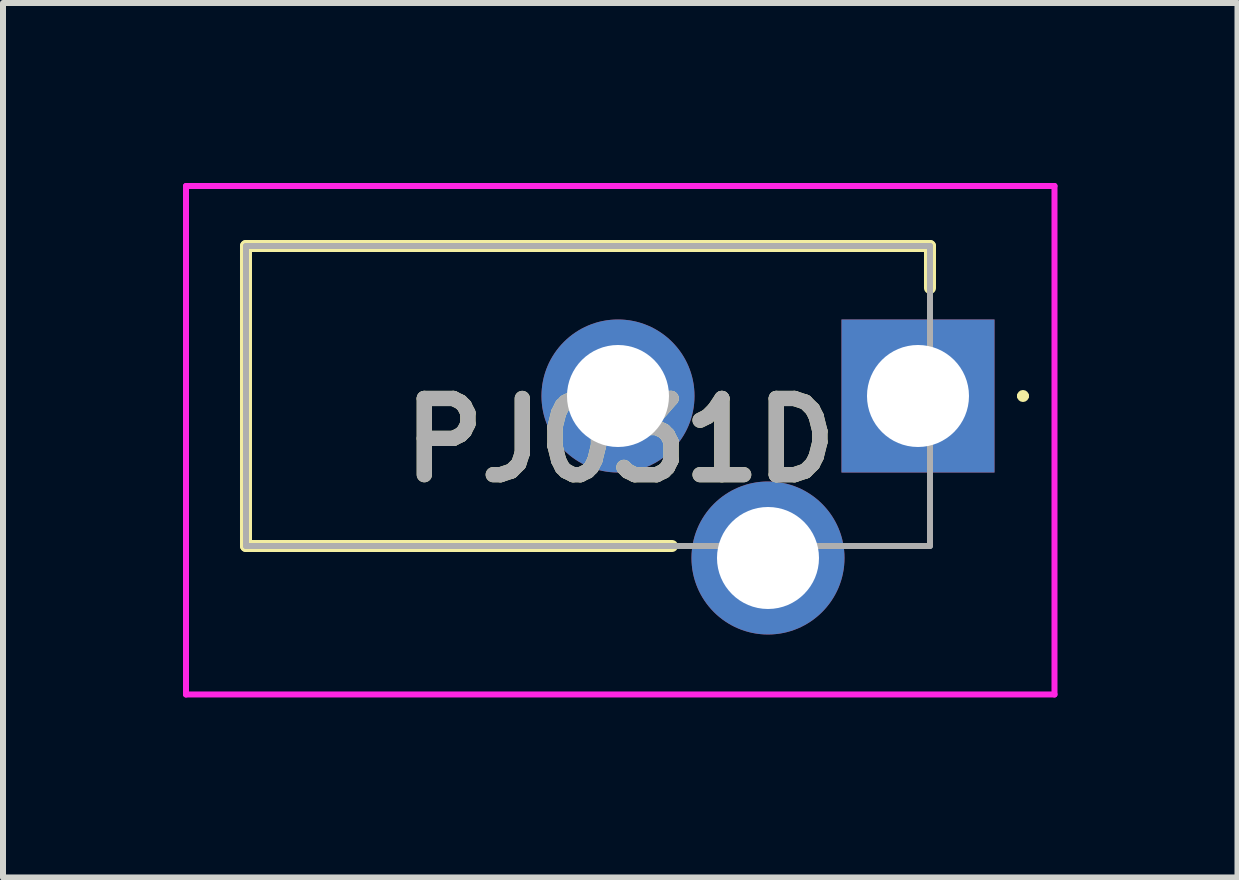
<source format=kicad_pcb>
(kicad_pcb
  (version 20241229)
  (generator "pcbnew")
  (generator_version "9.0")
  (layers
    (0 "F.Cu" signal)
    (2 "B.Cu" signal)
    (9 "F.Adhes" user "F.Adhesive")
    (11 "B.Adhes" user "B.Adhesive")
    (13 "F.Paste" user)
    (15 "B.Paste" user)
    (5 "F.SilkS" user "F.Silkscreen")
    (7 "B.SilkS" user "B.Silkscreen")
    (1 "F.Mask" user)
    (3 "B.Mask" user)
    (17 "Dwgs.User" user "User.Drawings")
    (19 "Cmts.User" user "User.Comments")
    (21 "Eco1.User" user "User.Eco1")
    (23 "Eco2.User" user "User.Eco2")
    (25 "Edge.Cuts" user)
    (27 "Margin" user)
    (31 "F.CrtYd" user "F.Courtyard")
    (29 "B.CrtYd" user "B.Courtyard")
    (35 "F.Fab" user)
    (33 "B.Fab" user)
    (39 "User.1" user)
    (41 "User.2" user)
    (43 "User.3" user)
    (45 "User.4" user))
  (footprint "PJ031D"
    (layer "F.Cu")
    (at 12.25 3.55)
    (property "Reference" "PJ031D" (at -4.962 0.737 0) (layer "F.SilkS") (effects (font (size 1.27 1.27) (thickness 0.254))))
    (attr through_hole)
    (fp_line (start -11.2 -2.5) (end -11.2 2.5) (stroke (width 0.2) (type solid)) (layer "F.SilkS"))
    (fp_line (start -11.2 2.5) (end -4.1 2.5) (stroke (width 0.2) (type solid)) (layer "F.SilkS"))
    (fp_line (start 0.2 -2.5) (end -11.2 -2.5) (stroke (width 0.2) (type solid)) (layer "F.SilkS"))
    (fp_line (start 0.2 -1.8) (end 0.2 -2.5) (stroke (width 0.2) (type solid)) (layer "F.SilkS"))
    (fp_line (start 1.7 0) (end 1.7 0) (stroke (width 0.1) (type solid)) (layer "F.SilkS"))
    (fp_line (start 1.8 0) (end 1.8 0) (stroke (width 0.1) (type solid)) (layer "F.SilkS"))
    (fp_arc (start 1.7 0) (mid 1.75 -0.05) (end 1.8 0) (stroke (width 0.1) (type solid)) (layer "F.SilkS"))
    (fp_arc (start 1.8 0) (mid 1.75 0.05) (end 1.7 0) (stroke (width 0.1) (type solid)) (layer "F.SilkS"))
    (fp_line (start -12.2 -3.5) (end 2.275 -3.5) (stroke (width 0.1) (type solid)) (layer "F.CrtYd"))
    (fp_line (start -12.2 4.975) (end -12.2 -3.5) (stroke (width 0.1) (type solid)) (layer "F.CrtYd"))
    (fp_line (start 2.275 -3.5) (end 2.275 4.975) (stroke (width 0.1) (type solid)) (layer "F.CrtYd"))
    (fp_line (start 2.275 4.975) (end -12.2 4.975) (stroke (width 0.1) (type solid)) (layer "F.CrtYd"))
    (fp_line (start -11.2 -2.5) (end 0.2 -2.5) (stroke (width 0.1) (type solid)) (layer "F.Fab"))
    (fp_line (start -11.2 2.5) (end -11.2 -2.5) (stroke (width 0.1) (type solid)) (layer "F.Fab"))
    (fp_line (start 0.2 -2.5) (end 0.2 2.5) (stroke (width 0.1) (type solid)) (layer "F.Fab"))
    (fp_line (start 0.2 2.5) (end -11.2 2.5) (stroke (width 0.1) (type solid)) (layer "F.Fab"))
    (fp_text user "${REFERENCE}" (at -4.962 0.737 0) (layer "F.Fab") (effects (font (size 1.27 1.27) (thickness 0.254))))
    (pad "1" thru_hole rect (at 0 0) (size 2.55 2.55) (drill 1.7) (layers "*.Cu" "*.Mask"))
    (pad "2" thru_hole circle (at -2.5 2.7) (size 2.55 2.55) (drill 1.7) (layers "*.Cu" "*.Mask"))
    (pad "3" thru_hole circle (at -5 0) (size 2.55 2.55) (drill 1.7) (layers "*.Cu" "*.Mask")))
  (gr_rect
    (start -3 -3)
    (end 17.575 11.575)
    (stroke (width 0.1) (type default))
    (fill no)
    (layer "Edge.Cuts")))
</source>
